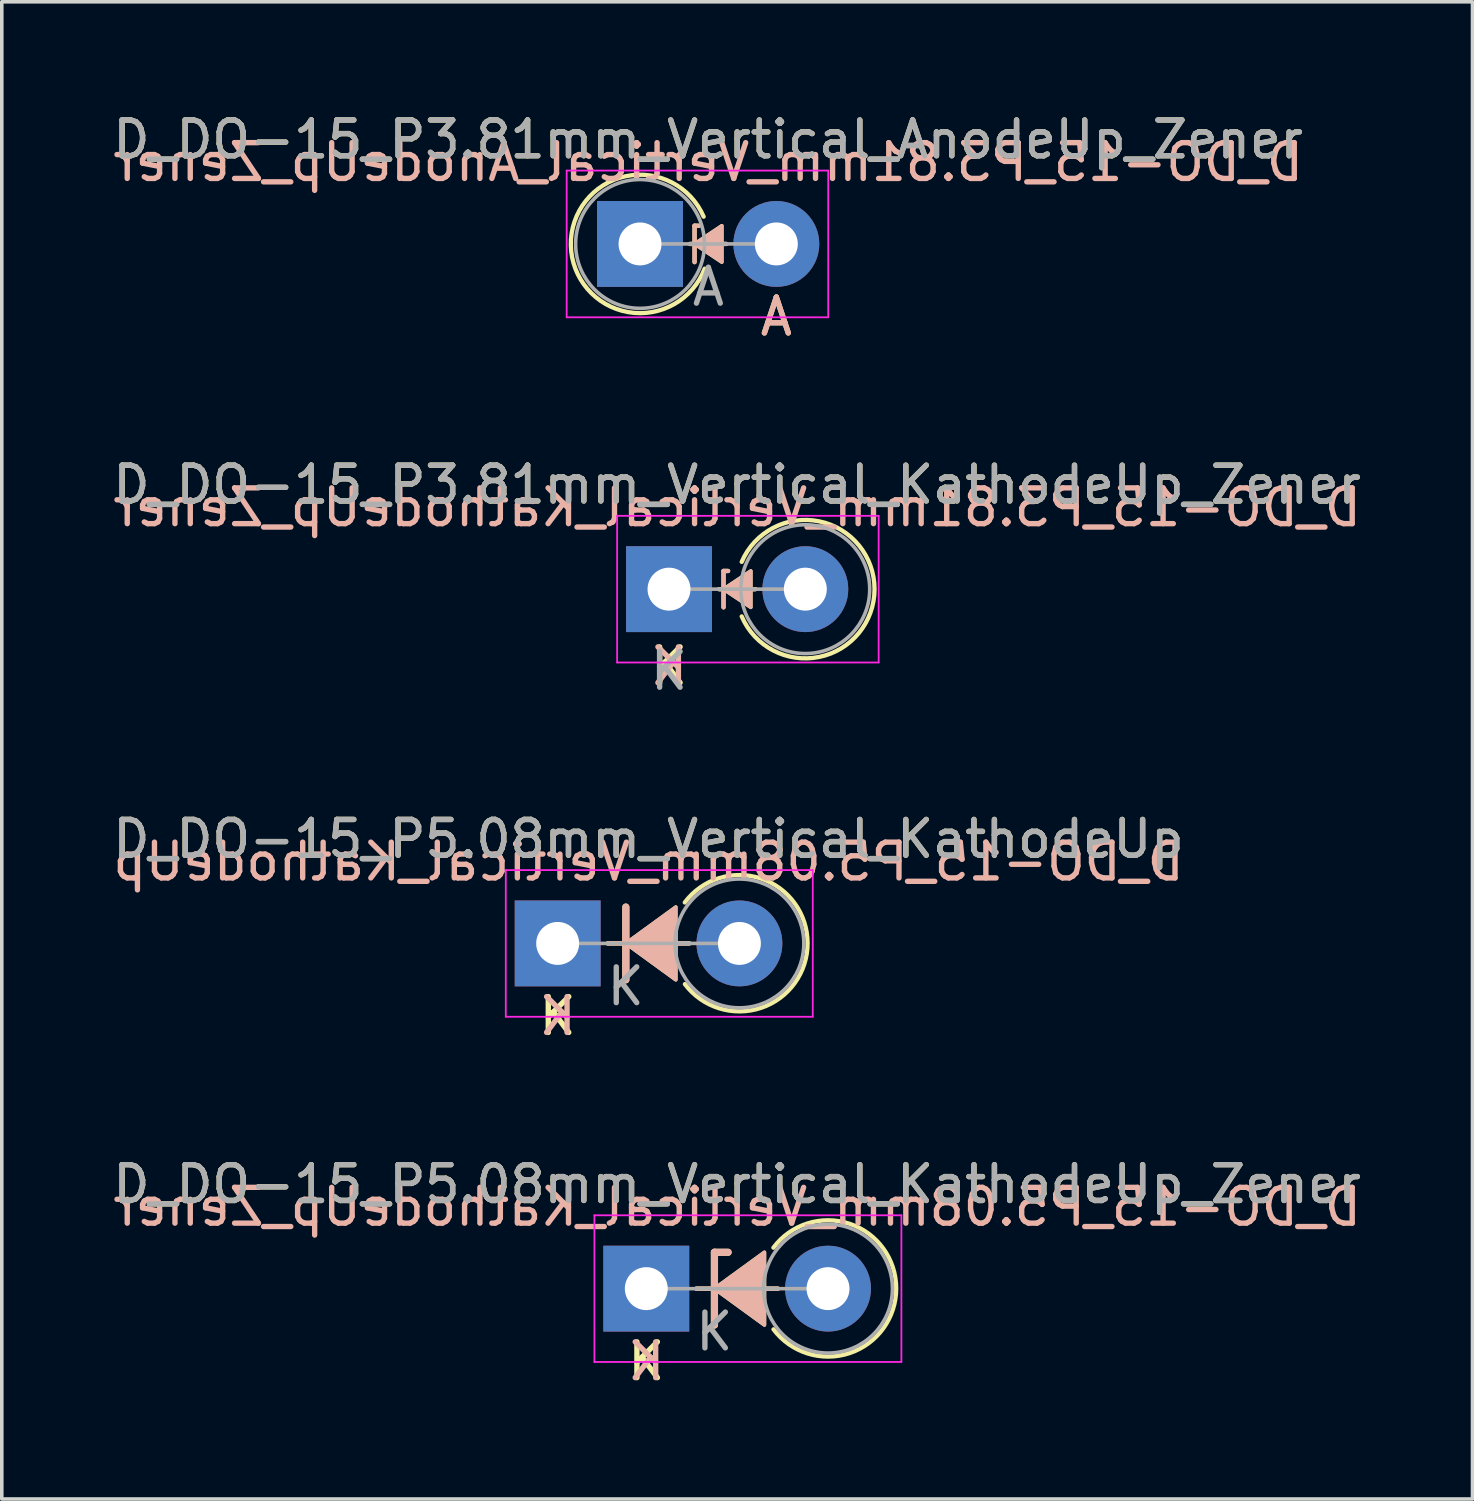
<source format=kicad_pcb>
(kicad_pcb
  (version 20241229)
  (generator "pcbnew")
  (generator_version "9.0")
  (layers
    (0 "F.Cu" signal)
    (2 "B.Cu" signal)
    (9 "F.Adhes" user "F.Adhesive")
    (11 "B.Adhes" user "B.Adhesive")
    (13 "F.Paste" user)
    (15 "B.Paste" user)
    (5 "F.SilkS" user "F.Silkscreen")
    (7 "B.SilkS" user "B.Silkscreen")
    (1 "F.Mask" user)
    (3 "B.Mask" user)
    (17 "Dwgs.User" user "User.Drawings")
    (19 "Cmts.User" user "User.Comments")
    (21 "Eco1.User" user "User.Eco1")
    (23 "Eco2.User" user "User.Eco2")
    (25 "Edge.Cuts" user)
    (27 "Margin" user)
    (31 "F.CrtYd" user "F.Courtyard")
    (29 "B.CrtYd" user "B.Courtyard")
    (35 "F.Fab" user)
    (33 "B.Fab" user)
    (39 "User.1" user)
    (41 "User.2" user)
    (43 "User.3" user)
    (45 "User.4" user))
  (footprint "D_DO-15_P3.81mm_Vertical_KathodeUp_Zener"
    (layer "F.Cu")
    (at 15.649 13.417)
    (property "Reference" "D_DO-15_P3.81mm_Vertical_KathodeUp_Zener" (at 1.905 -2.92 0) (layer "F.SilkS") (effects (font (size 1 1) (thickness 0.15))))
    (fp_line (start 1.397 0) (end 2.413 0) (stroke (width 0.12) (type solid)) (layer "F.SilkS"))
    (fp_line (start 1.524 -0.508) (end 1.651 -0.508) (stroke (width 0.12) (type solid)) (layer "F.SilkS"))
    (fp_line (start 1.524 0.508) (end 1.524 -0.508) (stroke (width 0.12) (type solid)) (layer "F.SilkS"))
    (fp_arc (start 2.032001 -0.762) (mid 5.744404 0.000002) (end 2.032 0.762) (stroke (width 0.12) (type solid)) (layer "F.SilkS"))
    (fp_poly (pts (xy 2.286 0.508) (xy 1.524 0) (xy 2.286 -0.508)) (stroke (width 0.1) (type solid)) (fill yes) (layer "F.SilkS"))
    (fp_line (start 1.397 0) (end 2.413 0) (stroke (width 0.12) (type solid)) (layer "B.SilkS"))
    (fp_line (start 1.524 -0.508) (end 1.524 0.508) (stroke (width 0.12) (type solid)) (layer "B.SilkS"))
    (fp_line (start 1.524 -0.508) (end 1.651 -0.508) (stroke (width 0.12) (type solid)) (layer "B.SilkS"))
    (fp_poly (pts (xy 2.286 -0.508) (xy 1.524 0) (xy 2.286 0.508)) (stroke (width 0.1) (type solid)) (fill yes) (layer "B.SilkS"))
    (fp_line (start -1.45 -2.05) (end -1.45 2.05) (stroke (width 0.05) (type solid)) (layer "F.CrtYd"))
    (fp_line (start -1.45 2.05) (end 5.86 2.05) (stroke (width 0.05) (type solid)) (layer "F.CrtYd"))
    (fp_line (start 5.86 -2.05) (end -1.45 -2.05) (stroke (width 0.05) (type solid)) (layer "F.CrtYd"))
    (fp_line (start 5.86 2.05) (end 5.86 -2.05) (stroke (width 0.05) (type solid)) (layer "F.CrtYd"))
    (fp_line (start 0 0) (end 3.81 0) (stroke (width 0.1) (type solid)) (layer "F.Fab"))
    (fp_circle (center 3.81 0) (end 5.61 0) (stroke (width 0.1) (type solid)) (fill no) (layer "F.Fab"))
    (fp_text user "K" (at 0 2.159 0) (layer "F.SilkS") (effects (font (size 1 1) (thickness 0.15))))
    (fp_text user "${REFERENCE}" (at 1.905 -2.286 0) (layer "B.SilkS") (effects (font (size 1 1) (thickness 0.15)) (justify mirror)))
    (fp_text user "K" (at 0 2.159 0) (layer "B.SilkS") (effects (font (size 1 1) (thickness 0.15)) (justify mirror)))
    (fp_text user "K" (at 0 2.286 0) (layer "F.Fab") (effects (font (size 1 1) (thickness 0.15))))
    (fp_text user "${REFERENCE}" (at 1.905 -2.92 0) (layer "F.Fab") (effects (font (size 1 1) (thickness 0.15))))
    (pad "1" thru_hole rect (at 0 0) (size 2.4 2.4) (drill 1.2) (layers "*.Cu" "*.Mask"))
    (pad "2" thru_hole oval (at 3.81 0) (size 2.4 2.4) (drill 1.2) (layers "*.Cu" "*.Mask")))
  (footprint "D_DO-15_P5.08mm_Vertical_KathodeUp"
    (layer "F.Cu")
    (at 12.537 23.319)
    (property "Reference" "D_DO-15_P5.08mm_Vertical_KathodeUp" (at 2.54 -2.92 0) (layer "F.SilkS") (effects (font (size 1 1) (thickness 0.15))))
    (fp_line (start 1.397 0) (end 2.413 0) (stroke (width 0.12) (type solid)) (layer "F.SilkS"))
    (fp_line (start 1.905 -1.016) (end 1.905 1.016) (stroke (width 0.2) (type solid)) (layer "F.SilkS"))
    (fp_line (start 1.92 0) (end 3.683 0) (stroke (width 0.12) (type solid)) (layer "F.SilkS"))
    (fp_arc (start 3.553011 -1.144726) (mid 6.984999 -0.008217) (end 3.556 1.137278) (stroke (width 0.12) (type solid)) (layer "F.SilkS"))
    (fp_poly (pts (xy 3.302 1.016) (xy 1.905 0) (xy 3.302 -1.016)) (stroke (width 0.1) (type solid)) (fill yes) (layer "F.SilkS"))
    (fp_line (start 1.397 0) (end 2.413 0) (stroke (width 0.12) (type solid)) (layer "B.SilkS"))
    (fp_line (start 1.905 1.016) (end 1.905 -1.016) (stroke (width 0.2) (type solid)) (layer "B.SilkS"))
    (fp_line (start 1.92 0) (end 3.683 0) (stroke (width 0.12) (type solid)) (layer "B.SilkS"))
    (fp_poly (pts (xy 3.302 -1.016) (xy 1.905 0) (xy 3.302 1.016)) (stroke (width 0.1) (type solid)) (fill yes) (layer "B.SilkS"))
    (fp_line (start -1.45 -2.05) (end -1.45 2.05) (stroke (width 0.05) (type solid)) (layer "F.CrtYd"))
    (fp_line (start -1.45 2.05) (end 7.13 2.05) (stroke (width 0.05) (type solid)) (layer "F.CrtYd"))
    (fp_line (start 7.13 -2.05) (end -1.45 -2.05) (stroke (width 0.05) (type solid)) (layer "F.CrtYd"))
    (fp_line (start 7.13 2.05) (end 7.13 -2.05) (stroke (width 0.05) (type solid)) (layer "F.CrtYd"))
    (fp_line (start 0 0) (end 5.08 0) (stroke (width 0.1) (type solid)) (layer "F.Fab"))
    (fp_circle (center 5.08 0) (end 6.88 0) (stroke (width 0.1) (type solid)) (fill no) (layer "F.Fab"))
    (fp_text user "K" (at 0 2.032 0) (layer "F.SilkS") (effects (font (size 1 1) (thickness 0.15))))
    (fp_text user "K" (at 0 2.032 0) (layer "B.SilkS") (effects (font (size 1 1) (thickness 0.15)) (justify mirror)))
    (fp_text user "${REFERENCE}" (at 2.54 -2.286 0) (layer "B.SilkS") (effects (font (size 1 1) (thickness 0.15)) (justify mirror)))
    (fp_text user "${REFERENCE}" (at 2.54 -2.92 0) (layer "F.Fab") (effects (font (size 1 1) (thickness 0.15))))
    (fp_text user "K" (at 1.9 1.2 0) (layer "F.Fab") (effects (font (size 1 1) (thickness 0.15))))
    (pad "1" thru_hole rect (at 0 0) (size 2.4 2.4) (drill 1.2) (layers "*.Cu" "*.Mask"))
    (pad "2" thru_hole oval (at 5.08 0) (size 2.4 2.4) (drill 1.2) (layers "*.Cu" "*.Mask")))
  (footprint "D_DO-15_P5.08mm_Vertical_KathodeUp_Zener"
    (layer "F.Cu")
    (at 15.014 32.968)
    (property "Reference" "D_DO-15_P5.08mm_Vertical_KathodeUp_Zener" (at 2.54 -2.92 0) (layer "F.SilkS") (effects (font (size 1 1) (thickness 0.15))))
    (fp_line (start 1.397 0) (end 2.413 0) (stroke (width 0.12) (type solid)) (layer "F.SilkS"))
    (fp_line (start 1.905 -1.016) (end 1.905 1.016) (stroke (width 0.2) (type solid)) (layer "F.SilkS"))
    (fp_line (start 1.905 -1.016) (end 2.286 -1.016) (stroke (width 0.2) (type solid)) (layer "F.SilkS"))
    (fp_line (start 1.92 0) (end 3.683 0) (stroke (width 0.12) (type solid)) (layer "F.SilkS"))
    (fp_arc (start 3.553011 -1.144726) (mid 6.984999 -0.008217) (end 3.556 1.137278) (stroke (width 0.12) (type solid)) (layer "F.SilkS"))
    (fp_poly (pts (xy 3.302 1.016) (xy 1.905 0) (xy 3.302 -1.016)) (stroke (width 0.1) (type solid)) (fill yes) (layer "F.SilkS"))
    (fp_line (start 1.397 0) (end 2.413 0) (stroke (width 0.12) (type solid)) (layer "B.SilkS"))
    (fp_line (start 1.905 -1.016) (end 2.286 -1.016) (stroke (width 0.2) (type solid)) (layer "B.SilkS"))
    (fp_line (start 1.905 1.016) (end 1.905 -1.016) (stroke (width 0.2) (type solid)) (layer "B.SilkS"))
    (fp_line (start 1.92 0) (end 3.683 0) (stroke (width 0.12) (type solid)) (layer "B.SilkS"))
    (fp_poly (pts (xy 3.302 -1.016) (xy 1.905 0) (xy 3.302 1.016)) (stroke (width 0.1) (type solid)) (fill yes) (layer "B.SilkS"))
    (fp_line (start -1.45 -2.05) (end -1.45 2.05) (stroke (width 0.05) (type solid)) (layer "F.CrtYd"))
    (fp_line (start -1.45 2.05) (end 7.13 2.05) (stroke (width 0.05) (type solid)) (layer "F.CrtYd"))
    (fp_line (start 7.13 -2.05) (end -1.45 -2.05) (stroke (width 0.05) (type solid)) (layer "F.CrtYd"))
    (fp_line (start 7.13 2.05) (end 7.13 -2.05) (stroke (width 0.05) (type solid)) (layer "F.CrtYd"))
    (fp_line (start 0 0) (end 5.08 0) (stroke (width 0.1) (type solid)) (layer "F.Fab"))
    (fp_circle (center 5.08 0) (end 6.88 0) (stroke (width 0.1) (type solid)) (fill no) (layer "F.Fab"))
    (fp_text user "K" (at 0 2.032 0) (layer "F.SilkS") (effects (font (size 1 1) (thickness 0.15))))
    (fp_text user "${REFERENCE}" (at 2.54 -2.286 0) (layer "B.SilkS") (effects (font (size 1 1) (thickness 0.15)) (justify mirror)))
    (fp_text user "K" (at 0 2.032 0) (layer "B.SilkS") (effects (font (size 1 1) (thickness 0.15)) (justify mirror)))
    (fp_text user "K" (at 1.9 1.2 0) (layer "F.Fab") (effects (font (size 1 1) (thickness 0.15))))
    (fp_text user "${REFERENCE}" (at 2.54 -2.92 0) (layer "F.Fab") (effects (font (size 1 1) (thickness 0.15))))
    (pad "1" thru_hole rect (at 0 0) (size 2.4 2.4) (drill 1.2) (layers "*.Cu" "*.Mask"))
    (pad "2" thru_hole oval (at 5.08 0) (size 2.4 2.4) (drill 1.2) (layers "*.Cu" "*.Mask")))
  (footprint "D_DO-15_P3.81mm_Vertical_AnodeUp_Zener"
    (layer "F.Cu")
    (at 14.839 3.768)
    (property "Reference" "D_DO-15_P3.81mm_Vertical_AnodeUp_Zener" (at 1.905 -2.92 0) (layer "F.SilkS") (effects (font (size 1 1) (thickness 0.15))))
    (fp_line (start 1.397 0) (end 2.413 0) (stroke (width 0.12) (type solid)) (layer "F.SilkS"))
    (fp_line (start 1.524 -0.508) (end 1.651 -0.508) (stroke (width 0.12) (type solid)) (layer "F.SilkS"))
    (fp_line (start 1.524 0.508) (end 1.524 -0.508) (stroke (width 0.12) (type solid)) (layer "F.SilkS"))
    (fp_arc (start 1.806184 0.692547) (mid -1.934042 0.037477) (end 1.777999 -0.761999) (stroke (width 0.12) (type solid)) (layer "F.SilkS"))
    (fp_poly (pts (xy 2.286 0.508) (xy 1.524 0) (xy 2.286 -0.508)) (stroke (width 0.1) (type solid)) (fill yes) (layer "F.SilkS"))
    (fp_line (start 1.397 0) (end 2.413 0) (stroke (width 0.12) (type solid)) (layer "B.SilkS"))
    (fp_line (start 1.524 -0.508) (end 1.524 0.508) (stroke (width 0.12) (type solid)) (layer "B.SilkS"))
    (fp_line (start 1.524 -0.508) (end 1.651 -0.508) (stroke (width 0.12) (type solid)) (layer "B.SilkS"))
    (fp_poly (pts (xy 2.286 -0.508) (xy 1.524 0) (xy 2.286 0.508)) (stroke (width 0.1) (type solid)) (fill yes) (layer "B.SilkS"))
    (fp_line (start -2.05 -2.05) (end -2.05 2.05) (stroke (width 0.05) (type solid)) (layer "F.CrtYd"))
    (fp_line (start -2.05 2.05) (end 5.26 2.05) (stroke (width 0.05) (type solid)) (layer "F.CrtYd"))
    (fp_line (start 5.26 -2.05) (end -2.05 -2.05) (stroke (width 0.05) (type solid)) (layer "F.CrtYd"))
    (fp_line (start 5.26 2.05) (end 5.26 -2.05) (stroke (width 0.05) (type solid)) (layer "F.CrtYd"))
    (fp_line (start 0 0) (end 3.81 0) (stroke (width 0.1) (type solid)) (layer "F.Fab"))
    (fp_circle (center 0 0) (end 1.8 0) (stroke (width 0.1) (type solid)) (fill no) (layer "F.Fab"))
    (fp_text user "A" (at 3.81 2.032 0) (layer "F.SilkS") (effects (font (size 1 1) (thickness 0.15))))
    (fp_text user "A" (at 3.81 2.032 0) (layer "B.SilkS") (effects (font (size 1 1) (thickness 0.15)) (justify mirror)))
    (fp_text user "${REFERENCE}" (at 1.905 -2.286 0) (layer "B.SilkS") (effects (font (size 1 1) (thickness 0.15)) (justify mirror)))
    (fp_text user "${REFERENCE}" (at 1.905 -2.92 0) (layer "F.Fab") (effects (font (size 1 1) (thickness 0.15))))
    (fp_text user "A" (at 1.91 1.2 0) (layer "F.Fab") (effects (font (size 1 1) (thickness 0.15))))
    (pad "1" thru_hole rect (at 0 0) (size 2.4 2.4) (drill 1.2) (layers "*.Cu" "*.Mask"))
    (pad "2" thru_hole oval (at 3.81 0) (size 2.4 2.4) (drill 1.2) (layers "*.Cu" "*.Mask")))
  (gr_rect
    (start -3 -3)
    (end 38.107 38.848)
    (stroke (width 0.1) (type default))
    (fill no)
    (layer "Edge.Cuts")))
</source>
